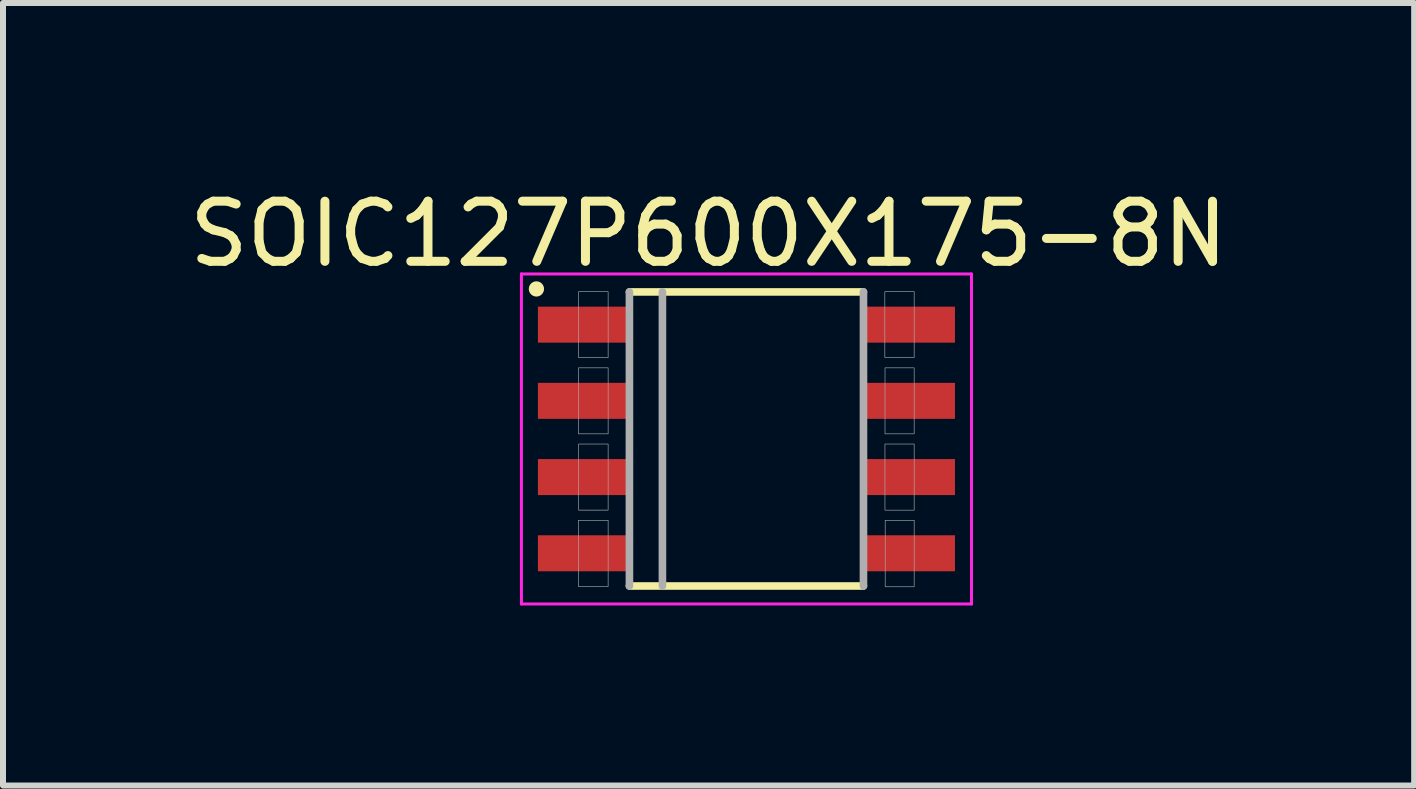
<source format=kicad_pcb>
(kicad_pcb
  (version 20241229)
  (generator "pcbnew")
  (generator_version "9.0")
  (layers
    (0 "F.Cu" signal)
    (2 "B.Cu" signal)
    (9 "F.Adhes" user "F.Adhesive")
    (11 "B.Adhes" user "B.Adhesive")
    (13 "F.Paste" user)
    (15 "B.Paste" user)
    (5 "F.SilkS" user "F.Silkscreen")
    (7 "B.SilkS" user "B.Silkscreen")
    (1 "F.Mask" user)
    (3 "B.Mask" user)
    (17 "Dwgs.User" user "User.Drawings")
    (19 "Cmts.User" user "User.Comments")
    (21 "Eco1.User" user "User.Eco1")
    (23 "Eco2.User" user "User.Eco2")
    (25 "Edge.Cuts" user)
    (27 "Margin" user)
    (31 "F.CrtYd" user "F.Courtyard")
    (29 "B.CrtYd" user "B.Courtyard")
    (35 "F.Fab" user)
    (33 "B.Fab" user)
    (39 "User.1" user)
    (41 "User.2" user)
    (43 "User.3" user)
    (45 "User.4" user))
  (footprint "SOIC127P600X175-8N"
    (layer "F.Cu")
    (at 9.389 4.265)
    (property "Reference" "SOIC127P600X175-8N" (at -0.631 -3.416 0) (layer "F.SilkS") (effects (font (size 1.002 1.002) (thickness 0.15))))
    (attr smd)
    (fp_line (start -1.95 -2.45) (end 1.95 -2.45) (stroke (width 0.127) (type solid)) (layer "F.SilkS"))
    (fp_line (start -1.95 2.45) (end 1.95 2.45) (stroke (width 0.127) (type solid)) (layer "F.SilkS"))
    (fp_circle (center -3.5 -2.5) (end -3.373 -2.5) (stroke (width 0) (type solid)) (fill yes) (layer "F.SilkS"))
    (fp_line (start -3.75 -2.75) (end 3.75 -2.75) (stroke (width 0.05) (type solid)) (layer "F.CrtYd"))
    (fp_line (start -3.75 2.75) (end -3.75 -2.75) (stroke (width 0.05) (type solid)) (layer "F.CrtYd"))
    (fp_line (start 3.75 -2.75) (end 3.75 2.75) (stroke (width 0.05) (type solid)) (layer "F.CrtYd"))
    (fp_line (start 3.75 2.75) (end -3.75 2.75) (stroke (width 0.05) (type solid)) (layer "F.CrtYd"))
    (fp_line (start -1.95 2.45) (end -1.95 -2.45) (stroke (width 0.127) (type solid)) (layer "F.Fab"))
    (fp_line (start -1.4 2.45) (end -1.4 -2.45) (stroke (width 0.127) (type solid)) (layer "F.Fab"))
    (fp_line (start 1.95 -2.45) (end 1.95 2.45) (stroke (width 0.127) (type solid)) (layer "F.Fab"))
    (fp_poly (pts (xy -2.8 -1.185) (xy -2.305 -1.185) (xy -2.305 -0.085) (xy -2.8 -0.085)) (stroke (width 0.01) (type solid)) (fill no) (layer "F.Fab"))
    (fp_poly (pts (xy -2.8 1.355) (xy -2.305 1.355) (xy -2.305 2.46) (xy -2.8 2.46)) (stroke (width 0.01) (type solid)) (fill no) (layer "F.Fab"))
    (fp_poly (pts (xy -2.799 -2.455) (xy -2.305 -2.455) (xy -2.305 -1.357) (xy -2.799 -1.357)) (stroke (width 0.01) (type solid)) (fill no) (layer "F.Fab"))
    (fp_poly (pts (xy -2.798 0.085) (xy -2.305 0.085) (xy -2.305 1.186) (xy -2.798 1.186)) (stroke (width 0.01) (type solid)) (fill no) (layer "F.Fab"))
    (fp_poly (pts (xy 2.306 -2.455) (xy 2.795 -2.455) (xy 2.795 -1.356) (xy 2.306 -1.356)) (stroke (width 0.01) (type solid)) (fill no) (layer "F.Fab"))
    (fp_poly (pts (xy 2.308 0.085) (xy 2.795 0.085) (xy 2.795 1.187) (xy 2.308 1.187)) (stroke (width 0.01) (type solid)) (fill no) (layer "F.Fab"))
    (fp_poly (pts (xy 2.309 -1.185) (xy 2.795 -1.185) (xy 2.795 -0.085) (xy 2.309 -0.085)) (stroke (width 0.01) (type solid)) (fill no) (layer "F.Fab"))
    (fp_poly (pts (xy 2.312 1.355) (xy 2.795 1.355) (xy 2.795 2.463) (xy 2.312 2.463)) (stroke (width 0.01) (type solid)) (fill no) (layer "F.Fab"))
    (pad "1" smd rect (at -2.7 -1.905) (size 1.55 0.6) (layers "F.Cu" "F.Mask" "F.Paste"))
    (pad "2" smd rect (at -2.7 -0.635) (size 1.55 0.6) (layers "F.Cu" "F.Mask" "F.Paste"))
    (pad "3" smd rect (at -2.7 0.635) (size 1.55 0.6) (layers "F.Cu" "F.Mask" "F.Paste"))
    (pad "4" smd rect (at -2.7 1.905) (size 1.55 0.6) (layers "F.Cu" "F.Mask" "F.Paste"))
    (pad "5" smd rect (at 2.7 1.905) (size 1.55 0.6) (layers "F.Cu" "F.Mask" "F.Paste"))
    (pad "6" smd rect (at 2.7 0.635) (size 1.55 0.6) (layers "F.Cu" "F.Mask" "F.Paste"))
    (pad "7" smd rect (at 2.7 -0.635) (size 1.55 0.6) (layers "F.Cu" "F.Mask" "F.Paste"))
    (pad "8" smd rect (at 2.7 -1.905) (size 1.55 0.6) (layers "F.Cu" "F.Mask" "F.Paste")))
  (gr_rect
    (start -3 -3)
    (end 20.516 10.04)
    (stroke (width 0.1) (type default))
    (fill no)
    (layer "Edge.Cuts")))
</source>
